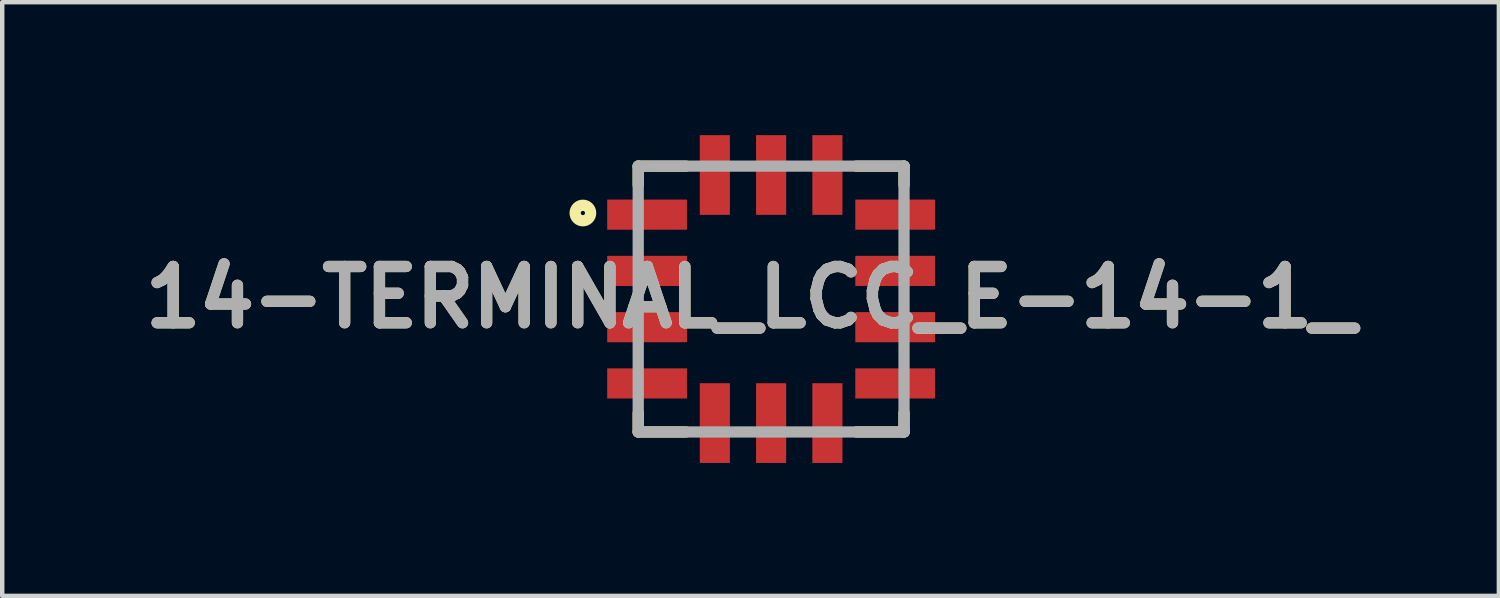
<source format=kicad_pcb>
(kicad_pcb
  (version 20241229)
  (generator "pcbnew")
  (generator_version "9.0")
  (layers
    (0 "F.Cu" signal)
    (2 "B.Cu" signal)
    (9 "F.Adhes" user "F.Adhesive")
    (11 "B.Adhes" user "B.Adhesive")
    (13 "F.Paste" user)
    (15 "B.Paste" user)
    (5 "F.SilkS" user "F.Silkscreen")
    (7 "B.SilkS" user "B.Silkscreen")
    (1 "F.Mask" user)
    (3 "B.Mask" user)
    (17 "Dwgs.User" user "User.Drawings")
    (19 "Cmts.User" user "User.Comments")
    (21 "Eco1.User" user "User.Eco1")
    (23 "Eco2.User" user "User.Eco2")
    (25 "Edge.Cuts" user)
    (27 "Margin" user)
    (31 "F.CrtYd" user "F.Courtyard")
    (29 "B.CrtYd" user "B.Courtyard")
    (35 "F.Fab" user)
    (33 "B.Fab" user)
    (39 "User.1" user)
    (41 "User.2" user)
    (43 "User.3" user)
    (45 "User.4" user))
  (footprint "14-TERMINAL_LCC_E-14-1_"
    (layer "F.Cu")
    (at 14.356 3.7)
    (property "Reference" "14-TERMINAL_LCC_E-14-1_" (at -0.465 -0.039 0) (layer "F.SilkS") (effects (font (size 1.27 1.27) (thickness 0.254))))
    (attr smd)
    (fp_line (start -3 -3) (end -3 -2.574) (stroke (width 0.254) (type solid)) (layer "F.SilkS"))
    (fp_line (start -3 -3) (end -1.922 -3) (stroke (width 0.254) (type solid)) (layer "F.SilkS"))
    (fp_line (start -3 3) (end -3 2.574) (stroke (width 0.254) (type solid)) (layer "F.SilkS"))
    (fp_line (start -3 3) (end -1.922 3) (stroke (width 0.254) (type solid)) (layer "F.SilkS"))
    (fp_line (start 3 -3) (end 1.922 -3) (stroke (width 0.254) (type solid)) (layer "F.SilkS"))
    (fp_line (start 3 -3) (end 3 -2.574) (stroke (width 0.254) (type solid)) (layer "F.SilkS"))
    (fp_line (start 3 3) (end 1.922 3) (stroke (width 0.254) (type solid)) (layer "F.SilkS"))
    (fp_line (start 3 3) (end 3 2.574) (stroke (width 0.254) (type solid)) (layer "F.SilkS"))
    (fp_circle (center -4.249 -1.942) (end -4.249 -1.894) (stroke (width 0.254) (type solid)) (fill no) (layer "F.SilkS"))
    (fp_line (start -3 -3) (end 3 -3) (stroke (width 0.254) (type solid)) (layer "F.Fab"))
    (fp_line (start -3 3) (end -3 -3) (stroke (width 0.254) (type solid)) (layer "F.Fab"))
    (fp_line (start 3 -3) (end 3 3) (stroke (width 0.254) (type solid)) (layer "F.Fab"))
    (fp_line (start 3 3) (end -3 3) (stroke (width 0.254) (type solid)) (layer "F.Fab"))
    (fp_text user "${REFERENCE}" (at -0.465 -0.039 0) (layer "F.Fab") (effects (font (size 1.27 1.27) (thickness 0.254))))
    (pad "1" smd rect (at -2.8 -1.905 90) (size 0.68 1.8) (layers "F.Cu" "F.Mask" "F.Paste"))
    (pad "2" smd rect (at -2.8 -0.635 90) (size 0.68 1.8) (layers "F.Cu" "F.Mask" "F.Paste"))
    (pad "3" smd rect (at -2.8 0.635 90) (size 0.68 1.8) (layers "F.Cu" "F.Mask" "F.Paste"))
    (pad "4" smd rect (at -2.8 1.905 90) (size 0.68 1.8) (layers "F.Cu" "F.Mask" "F.Paste"))
    (pad "5" smd rect (at -1.27 2.8) (size 0.68 1.8) (layers "F.Cu" "F.Mask" "F.Paste"))
    (pad "6" smd rect (at 0 2.8) (size 0.68 1.8) (layers "F.Cu" "F.Mask" "F.Paste"))
    (pad "7" smd rect (at 1.27 2.8) (size 0.68 1.8) (layers "F.Cu" "F.Mask" "F.Paste"))
    (pad "8" smd rect (at 2.8 1.905 90) (size 0.68 1.8) (layers "F.Cu" "F.Mask" "F.Paste"))
    (pad "9" smd rect (at 2.8 0.635 90) (size 0.68 1.8) (layers "F.Cu" "F.Mask" "F.Paste"))
    (pad "10" smd rect (at 2.8 -0.635 90) (size 0.68 1.8) (layers "F.Cu" "F.Mask" "F.Paste"))
    (pad "11" smd rect (at 2.8 -1.905 90) (size 0.68 1.8) (layers "F.Cu" "F.Mask" "F.Paste"))
    (pad "12" smd rect (at 1.27 -2.8) (size 0.68 1.8) (layers "F.Cu" "F.Mask" "F.Paste"))
    (pad "13" smd rect (at 0 -2.8) (size 0.68 1.8) (layers "F.Cu" "F.Mask" "F.Paste"))
    (pad "14" smd rect (at -1.27 -2.8) (size 0.68 1.8) (layers "F.Cu" "F.Mask" "F.Paste")))
  (gr_rect
    (start -3 -3)
    (end 30.783 10.4)
    (stroke (width 0.1) (type default))
    (fill no)
    (layer "Edge.Cuts")))
</source>
